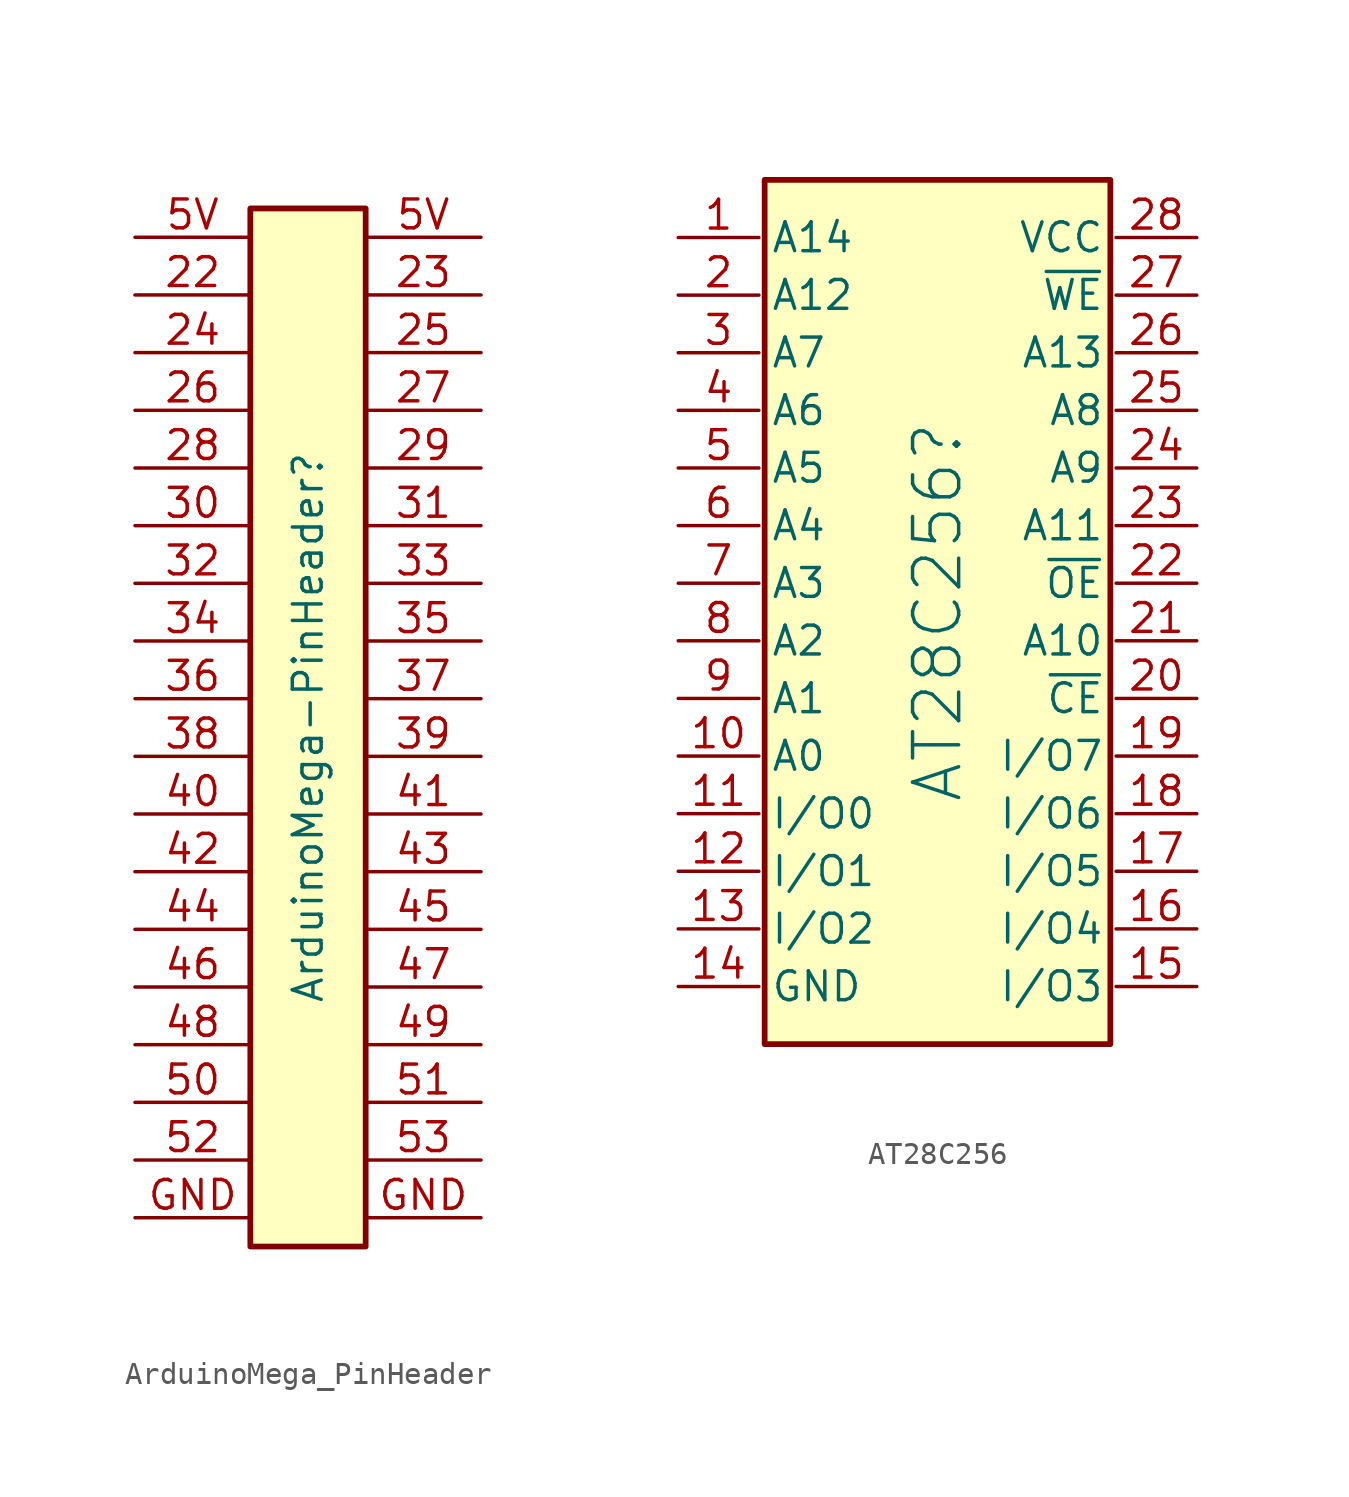
<source format=kicad_sym>
(kicad_symbol_lib
  (version 20241209)
  (generator "kicad_symbol_editor")
  (generator_version "9.0")
  (symbol "ArduinoMega_PinHeader"
    (property "Reference" "ArduinoMega-PinHeader"
      (at 0 0 90)
      (do_not_autoplace)
      (effects (font (size 1.27 1.27))))
    (property "Value" ""
      (at 0 0 0)
      (effects (font (size 1.27 1.27))))
    (symbol "ArduinoMega_PinHeader_1_1"
      (rectangle (start -2.54 22.86) (end 2.54 -22.86) (stroke (width 0.254) (type default)) (fill (type background)))
      (pin power_out line (at -7.62 21.59 0) (length 5.08) (name "" (effects (font (size 1.27 1.27)))) (number "5V" (effects (font (size 1.27 1.27)))))
      (pin passive line (at -7.62 19.05 0) (length 5.08) (name "" (effects (font (size 1.27 1.27)))) (number "22" (effects (font (size 1.27 1.27)))))
      (pin passive line (at -7.62 16.51 0) (length 5.08) (name "" (effects (font (size 1.27 1.27)))) (number "24" (effects (font (size 1.27 1.27)))))
      (pin passive line (at -7.62 13.97 0) (length 5.08) (name "" (effects (font (size 1.27 1.27)))) (number "26" (effects (font (size 1.27 1.27)))))
      (pin passive line (at -7.62 11.43 0) (length 5.08) (name "" (effects (font (size 1.27 1.27)))) (number "28" (effects (font (size 1.27 1.27)))))
      (pin passive line (at -7.62 8.89 0) (length 5.08) (name "" (effects (font (size 1.27 1.27)))) (number "30" (effects (font (size 1.27 1.27)))))
      (pin passive line (at -7.62 6.35 0) (length 5.08) (name "" (effects (font (size 1.27 1.27)))) (number "32" (effects (font (size 1.27 1.27)))))
      (pin passive line (at -7.62 3.81 0) (length 5.08) (name "" (effects (font (size 1.27 1.27)))) (number "34" (effects (font (size 1.27 1.27)))))
      (pin passive line (at -7.62 1.27 0) (length 5.08) (name "" (effects (font (size 1.27 1.27)))) (number "36" (effects (font (size 1.27 1.27)))))
      (pin passive line (at -7.62 -1.27 0) (length 5.08) (name "" (effects (font (size 1.27 1.27)))) (number "38" (effects (font (size 1.27 1.27)))))
      (pin passive line (at -7.62 -3.81 0) (length 5.08) (name "" (effects (font (size 1.27 1.27)))) (number "40" (effects (font (size 1.27 1.27)))))
      (pin passive line (at -7.62 -6.35 0) (length 5.08) (name "" (effects (font (size 1.27 1.27)))) (number "42" (effects (font (size 1.27 1.27)))))
      (pin passive line (at -7.62 -8.89 0) (length 5.08) (name "" (effects (font (size 1.27 1.27)))) (number "44" (effects (font (size 1.27 1.27)))))
      (pin passive line (at -7.62 -11.43 0) (length 5.08) (name "" (effects (font (size 1.27 1.27)))) (number "46" (effects (font (size 1.27 1.27)))))
      (pin passive line (at -7.62 -13.97 0) (length 5.08) (name "" (effects (font (size 1.27 1.27)))) (number "48" (effects (font (size 1.27 1.27)))))
      (pin passive line (at -7.62 -16.51 0) (length 5.08) (name "" (effects (font (size 1.27 1.27)))) (number "50" (effects (font (size 1.27 1.27)))))
      (pin passive line (at -7.62 -19.05 0) (length 5.08) (name "" (effects (font (size 1.27 1.27)))) (number "52" (effects (font (size 1.27 1.27)))))
      (pin power_in line (at -7.62 -21.59 0) (length 5.08) (name "" (effects (font (size 1.27 1.27)))) (number "GND" (effects (font (size 1.27 1.27)))))
      (pin power_out line (at 7.62 21.59 180) (length 5.08) (name "" (effects (font (size 1.27 1.27)))) (number "5V" (effects (font (size 1.27 1.27)))))
      (pin passive line (at 7.62 19.05 180) (length 5.08) (name "" (effects (font (size 1.27 1.27)))) (number "23" (effects (font (size 1.27 1.27)))))
      (pin passive line (at 7.62 16.51 180) (length 5.08) (name "" (effects (font (size 1.27 1.27)))) (number "25" (effects (font (size 1.27 1.27)))))
      (pin passive line (at 7.62 13.97 180) (length 5.08) (name "" (effects (font (size 1.27 1.27)))) (number "27" (effects (font (size 1.27 1.27)))))
      (pin passive line (at 7.62 11.43 180) (length 5.08) (name "" (effects (font (size 1.27 1.27)))) (number "29" (effects (font (size 1.27 1.27)))))
      (pin passive line (at 7.62 8.89 180) (length 5.08) (name "" (effects (font (size 1.27 1.27)))) (number "31" (effects (font (size 1.27 1.27)))))
      (pin passive line (at 7.62 6.35 180) (length 5.08) (name "" (effects (font (size 1.27 1.27)))) (number "33" (effects (font (size 1.27 1.27)))))
      (pin passive line (at 7.62 3.81 180) (length 5.08) (name "" (effects (font (size 1.27 1.27)))) (number "35" (effects (font (size 1.27 1.27)))))
      (pin passive line (at 7.62 1.27 180) (length 5.08) (name "" (effects (font (size 1.27 1.27)))) (number "37" (effects (font (size 1.27 1.27)))))
      (pin passive line (at 7.62 -1.27 180) (length 5.08) (name "" (effects (font (size 1.27 1.27)))) (number "39" (effects (font (size 1.27 1.27)))))
      (pin passive line (at 7.62 -3.81 180) (length 5.08) (name "" (effects (font (size 1.27 1.27)))) (number "41" (effects (font (size 1.27 1.27)))))
      (pin passive line (at 7.62 -6.35 180) (length 5.08) (name "" (effects (font (size 1.27 1.27)))) (number "43" (effects (font (size 1.27 1.27)))))
      (pin passive line (at 7.62 -8.89 180) (length 5.08) (name "" (effects (font (size 1.27 1.27)))) (number "45" (effects (font (size 1.27 1.27)))))
      (pin passive line (at 7.62 -11.43 180) (length 5.08) (name "" (effects (font (size 1.27 1.27)))) (number "47" (effects (font (size 1.27 1.27)))))
      (pin passive line (at 7.62 -13.97 180) (length 5.08) (name "" (effects (font (size 1.27 1.27)))) (number "49" (effects (font (size 1.27 1.27)))))
      (pin passive line (at 7.62 -16.51 180) (length 5.08) (name "" (effects (font (size 1.27 1.27)))) (number "51" (effects (font (size 1.27 1.27)))))
      (pin passive line (at 7.62 -19.05 180) (length 5.08) (name "" (effects (font (size 1.27 1.27)))) (number "53" (effects (font (size 1.27 1.27)))))
      (pin power_in line (at 7.62 -21.59 180) (length 5.08) (name "" (effects (font (size 1.27 1.27)))) (number "GND" (effects (font (size 1.27 1.27)))))))
  (symbol "AT28C256"
    (property "Reference" "AT28C256"
      (at 0 0 90)
      (do_not_autoplace)
      (effects (font (size 2.032 2.032))))
    (property "Value" ""
      (at 0 0 0)
      (effects (font (size 1.27 1.27))))
    (symbol "AT28C256_1_1"
      (rectangle (start -7.62 19.05) (end 7.62 -19.05) (stroke (width 0.254) (type default)) (fill (type background)))
      (pin output line (at -11.43 16.51 0) (length 3.556) (name "A14" (effects (font (size 1.27 1.27)))) (number "1" (effects (font (size 1.27 1.27)))))
      (pin input line (at -11.43 13.97 0) (length 3.556) (name "A12" (effects (font (size 1.27 1.27)))) (number "2" (effects (font (size 1.27 1.27)))))
      (pin input line (at -11.43 11.43 0) (length 3.556) (name "A7" (effects (font (size 1.27 1.27)))) (number "3" (effects (font (size 1.27 1.27)))))
      (pin input line (at -11.43 8.89 0) (length 3.556) (name "A6" (effects (font (size 1.27 1.27)))) (number "4" (effects (font (size 1.27 1.27)))))
      (pin input line (at -11.43 6.35 0) (length 3.556) (name "A5" (effects (font (size 1.27 1.27)))) (number "5" (effects (font (size 1.27 1.27)))))
      (pin input line (at -11.43 3.81 0) (length 3.556) (name "A4" (effects (font (size 1.27 1.27)))) (number "6" (effects (font (size 1.27 1.27)))))
      (pin input line (at -11.43 1.27 0) (length 3.556) (name "A3" (effects (font (size 1.27 1.27)))) (number "7" (effects (font (size 1.27 1.27)))))
      (pin input line (at -11.43 -1.27 0) (length 3.556) (name "A2" (effects (font (size 1.27 1.27)))) (number "8" (effects (font (size 1.27 1.27)))))
      (pin input line (at -11.43 -3.81 0) (length 3.556) (name "A1" (effects (font (size 1.27 1.27)))) (number "9" (effects (font (size 1.27 1.27)))))
      (pin input line (at -11.43 -6.35 0) (length 3.556) (name "A0" (effects (font (size 1.27 1.27)))) (number "10" (effects (font (size 1.27 1.27)))))
      (pin bidirectional line (at -11.43 -8.89 0) (length 3.556) (name "I/O0" (effects (font (size 1.27 1.27)))) (number "11" (effects (font (size 1.27 1.27)))))
      (pin bidirectional line (at -11.43 -11.43 0) (length 3.556) (name "I/O1" (effects (font (size 1.27 1.27)))) (number "12" (effects (font (size 1.27 1.27)))))
      (pin bidirectional line (at -11.43 -13.97 0) (length 3.556) (name "I/O2" (effects (font (size 1.27 1.27)))) (number "13" (effects (font (size 1.27 1.27)))))
      (pin power_in line (at -11.43 -16.51 0) (length 3.556) (name "GND" (effects (font (size 1.27 1.27)))) (number "14" (effects (font (size 1.27 1.27)))))
      (pin power_in line (at 11.43 16.51 180) (length 3.556) (name "VCC" (effects (font (size 1.27 1.27)))) (number "28" (effects (font (size 1.27 1.27)))))
      (pin input line (at 11.43 13.97 180) (length 3.556) (name "~{WE}" (effects (font (size 1.27 1.27)))) (number "27" (effects (font (size 1.27 1.27)))))
      (pin input line (at 11.43 11.43 180) (length 3.556) (name "A13" (effects (font (size 1.27 1.27)))) (number "26" (effects (font (size 1.27 1.27)))))
      (pin input line (at 11.43 8.89 180) (length 3.556) (name "A8" (effects (font (size 1.27 1.27)))) (number "25" (effects (font (size 1.27 1.27)))))
      (pin input line (at 11.43 6.35 180) (length 3.556) (name "A9" (effects (font (size 1.27 1.27)))) (number "24" (effects (font (size 1.27 1.27)))))
      (pin input line (at 11.43 3.81 180) (length 3.556) (name "A11" (effects (font (size 1.27 1.27)))) (number "23" (effects (font (size 1.27 1.27)))))
      (pin input line (at 11.43 1.27 180) (length 3.556) (name "~{OE}" (effects (font (size 1.27 1.27)))) (number "22" (effects (font (size 1.27 1.27)))))
      (pin input line (at 11.43 -1.27 180) (length 3.556) (name "A10" (effects (font (size 1.27 1.27)))) (number "21" (effects (font (size 1.27 1.27)))))
      (pin input line (at 11.43 -3.81 180) (length 3.556) (name "~{CE}" (effects (font (size 1.27 1.27)))) (number "20" (effects (font (size 1.27 1.27)))))
      (pin bidirectional line (at 11.43 -6.35 180) (length 3.556) (name "I/O7" (effects (font (size 1.27 1.27)))) (number "19" (effects (font (size 1.27 1.27)))))
      (pin bidirectional line (at 11.43 -8.89 180) (length 3.556) (name "I/O6" (effects (font (size 1.27 1.27)))) (number "18" (effects (font (size 1.27 1.27)))))
      (pin bidirectional line (at 11.43 -11.43 180) (length 3.556) (name "I/O5" (effects (font (size 1.27 1.27)))) (number "17" (effects (font (size 1.27 1.27)))))
      (pin bidirectional line (at 11.43 -13.97 180) (length 3.556) (name "I/O4" (effects (font (size 1.27 1.27)))) (number "16" (effects (font (size 1.27 1.27)))))
      (pin bidirectional line (at 11.43 -16.51 180) (length 3.556) (name "I/O3" (effects (font (size 1.27 1.27)))) (number "15" (effects (font (size 1.27 1.27))))))))
</source>
